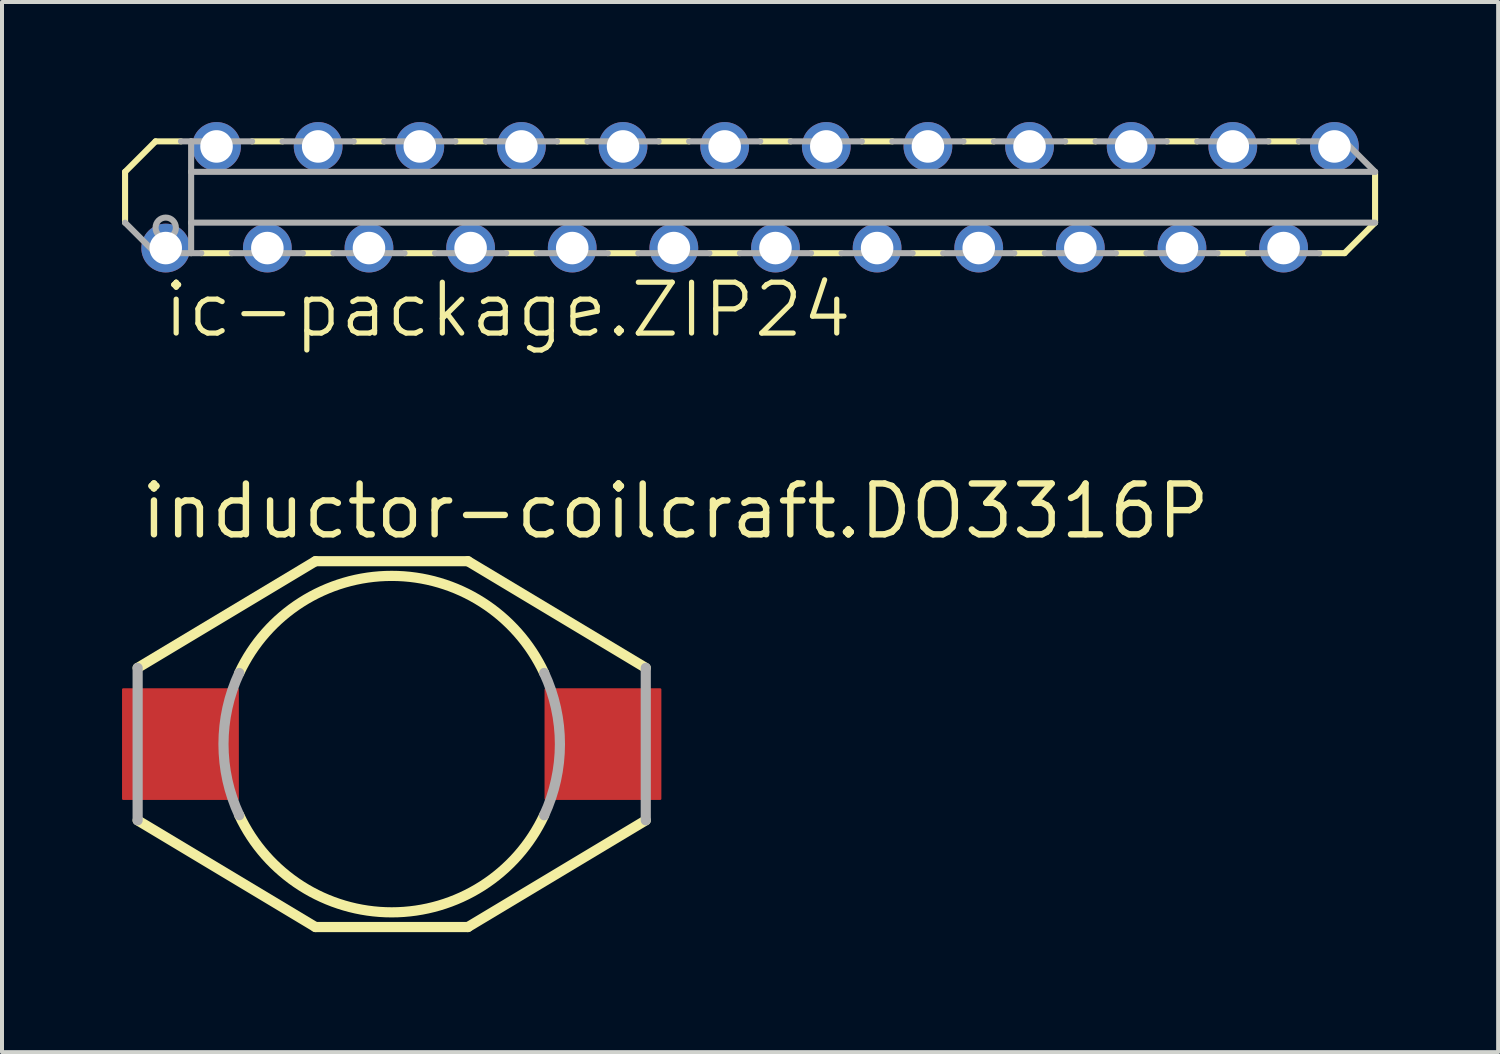
<source format=kicad_pcb>
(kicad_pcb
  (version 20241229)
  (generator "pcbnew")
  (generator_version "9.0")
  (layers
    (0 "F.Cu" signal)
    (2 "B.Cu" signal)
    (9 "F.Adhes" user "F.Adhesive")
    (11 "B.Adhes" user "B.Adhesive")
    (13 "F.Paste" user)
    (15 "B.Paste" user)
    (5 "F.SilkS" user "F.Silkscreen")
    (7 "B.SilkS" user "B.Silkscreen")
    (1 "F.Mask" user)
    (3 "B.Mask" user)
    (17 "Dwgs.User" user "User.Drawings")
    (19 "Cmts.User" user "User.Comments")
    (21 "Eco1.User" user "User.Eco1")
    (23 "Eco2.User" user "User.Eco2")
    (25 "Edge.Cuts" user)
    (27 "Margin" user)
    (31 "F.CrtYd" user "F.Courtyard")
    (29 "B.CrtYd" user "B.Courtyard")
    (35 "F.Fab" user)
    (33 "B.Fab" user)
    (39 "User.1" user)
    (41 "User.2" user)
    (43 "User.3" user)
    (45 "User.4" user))
  (footprint "inductor-coilcraft.DO3316P"
    (layer "F.Cu")
    (at 6.74 15.548)
    (property "Reference" "inductor-coilcraft.DO3316P" (at -6.35 -5.08 0) (layer "F.SilkS") (effects (font (size 1.27 1.27) (thickness 0.16)) (justify left bottom)))
    (attr smd)
    (fp_line (start -6.35 -1.905) (end -1.905 -4.572) (stroke (width 0.254) (type default)) (layer "F.SilkS"))
    (fp_line (start -6.35 1.905) (end -1.905 4.572) (stroke (width 0.254) (type default)) (layer "F.SilkS"))
    (fp_line (start -1.905 -4.572) (end 1.905 -4.572) (stroke (width 0.254) (type default)) (layer "F.SilkS"))
    (fp_line (start -1.905 4.572) (end 1.905 4.572) (stroke (width 0.254) (type default)) (layer "F.SilkS"))
    (fp_line (start 6.35 -1.905) (end 1.905 -4.572) (stroke (width 0.254) (type default)) (layer "F.SilkS"))
    (fp_line (start 6.35 1.905) (end 1.905 4.572) (stroke (width 0.254) (type default)) (layer "F.SilkS"))
    (fp_arc (start -3.81 -1.778) (mid 0 -4.204448) (end 3.81 -1.778) (stroke (width 0.254) (type default)) (layer "F.SilkS"))
    (fp_arc (start 3.81 1.778) (mid 0 4.204448) (end -3.81 1.778) (stroke (width 0.254) (type default)) (layer "F.SilkS"))
    (fp_line (start -6.35 -1.905) (end -6.35 1.905) (stroke (width 0.254) (type default)) (layer "F.Fab"))
    (fp_line (start 6.35 -1.905) (end 6.35 1.905) (stroke (width 0.254) (type default)) (layer "F.Fab"))
    (fp_arc (start -3.81 1.778) (mid -4.204448 0) (end -3.81 -1.778) (stroke (width 0.254) (type default)) (layer "F.Fab"))
    (fp_arc (start 3.81 -1.778) (mid 4.204448 0) (end 3.81 1.778) (stroke (width 0.254) (type default)) (layer "F.Fab"))
    (pad "1" smd roundrect (at -5.28 0) (size 2.92 2.79) (layers "F.Cu" "F.Mask" "F.Paste") (roundrect_rratio 0.01))
    (pad "2" smd roundrect (at 5.28 0) (size 2.92 2.79) (layers "F.Cu" "F.Mask" "F.Paste") (roundrect_rratio 0.01)))
  (footprint "ic-package.ZIP24"
    (layer "F.Cu")
    (at 15.697 1.88)
    (property "Reference" "ic-package.ZIP24" (at -14.732 3.556 0) (layer "F.SilkS") (effects (font (size 1.27 1.27) (thickness 0.13)) (justify left bottom)))
    (attr through_hole)
    (fp_line (start -15.621 -0.635) (end -15.621 0.635) (stroke (width 0.152) (type default)) (layer "F.SilkS"))
    (fp_line (start -14.859 -1.397) (end -15.621 -0.635) (stroke (width 0.152) (type default)) (layer "F.SilkS"))
    (fp_line (start -14.224 -1.397) (end -14.859 -1.397) (stroke (width 0.152) (type default)) (layer "F.SilkS"))
    (fp_line (start -12.954 1.397) (end -13.716 1.397) (stroke (width 0.152) (type default)) (layer "F.SilkS"))
    (fp_line (start -11.684 -1.397) (end -12.446 -1.397) (stroke (width 0.152) (type default)) (layer "F.SilkS"))
    (fp_line (start -10.414 1.397) (end -11.176 1.397) (stroke (width 0.152) (type default)) (layer "F.SilkS"))
    (fp_line (start -9.144 -1.397) (end -9.906 -1.397) (stroke (width 0.152) (type default)) (layer "F.SilkS"))
    (fp_line (start -7.874 1.397) (end -8.636 1.397) (stroke (width 0.152) (type default)) (layer "F.SilkS"))
    (fp_line (start -6.604 -1.397) (end -7.366 -1.397) (stroke (width 0.152) (type default)) (layer "F.SilkS"))
    (fp_line (start -5.334 1.397) (end -6.096 1.397) (stroke (width 0.152) (type default)) (layer "F.SilkS"))
    (fp_line (start -4.064 -1.397) (end -4.826 -1.397) (stroke (width 0.152) (type default)) (layer "F.SilkS"))
    (fp_line (start -2.794 1.397) (end -3.556 1.397) (stroke (width 0.152) (type default)) (layer "F.SilkS"))
    (fp_line (start -1.524 -1.397) (end -2.286 -1.397) (stroke (width 0.152) (type default)) (layer "F.SilkS"))
    (fp_line (start -0.254 1.397) (end -1.016 1.397) (stroke (width 0.152) (type default)) (layer "F.SilkS"))
    (fp_line (start 1.016 -1.397) (end 0.254 -1.397) (stroke (width 0.152) (type default)) (layer "F.SilkS"))
    (fp_line (start 2.286 1.397) (end 1.524 1.397) (stroke (width 0.152) (type default)) (layer "F.SilkS"))
    (fp_line (start 3.556 -1.397) (end 2.794 -1.397) (stroke (width 0.152) (type default)) (layer "F.SilkS"))
    (fp_line (start 4.826 1.397) (end 4.064 1.397) (stroke (width 0.152) (type default)) (layer "F.SilkS"))
    (fp_line (start 6.096 -1.397) (end 5.334 -1.397) (stroke (width 0.152) (type default)) (layer "F.SilkS"))
    (fp_line (start 7.366 1.397) (end 6.604 1.397) (stroke (width 0.152) (type default)) (layer "F.SilkS"))
    (fp_line (start 8.636 -1.397) (end 7.874 -1.397) (stroke (width 0.152) (type default)) (layer "F.SilkS"))
    (fp_line (start 9.906 1.397) (end 9.144 1.397) (stroke (width 0.152) (type default)) (layer "F.SilkS"))
    (fp_line (start 11.176 -1.397) (end 10.414 -1.397) (stroke (width 0.152) (type default)) (layer "F.SilkS"))
    (fp_line (start 12.446 1.397) (end 11.684 1.397) (stroke (width 0.152) (type default)) (layer "F.SilkS"))
    (fp_line (start 13.716 -1.397) (end 12.954 -1.397) (stroke (width 0.152) (type default)) (layer "F.SilkS"))
    (fp_line (start 14.859 1.397) (end 14.224 1.397) (stroke (width 0.152) (type default)) (layer "F.SilkS"))
    (fp_line (start 14.859 1.397) (end 15.621 0.635) (stroke (width 0.152) (type default)) (layer "F.SilkS"))
    (fp_line (start 15.621 0.635) (end 15.621 -0.635) (stroke (width 0.152) (type default)) (layer "F.SilkS"))
    (fp_line (start -15.621 0.635) (end -14.859 1.397) (stroke (width 0.152) (type default)) (layer "F.Fab"))
    (fp_line (start -13.97 -1.397) (end -14.224 -1.397) (stroke (width 0.152) (type default)) (layer "F.Fab"))
    (fp_line (start -13.97 -0.635) (end -13.97 -1.397) (stroke (width 0.152) (type default)) (layer "F.Fab"))
    (fp_line (start -13.97 0.635) (end -13.97 -0.635) (stroke (width 0.152) (type default)) (layer "F.Fab"))
    (fp_line (start -13.97 1.397) (end -14.859 1.397) (stroke (width 0.152) (type default)) (layer "F.Fab"))
    (fp_line (start -13.97 1.397) (end -13.97 0.635) (stroke (width 0.152) (type default)) (layer "F.Fab"))
    (fp_line (start -13.716 1.397) (end -13.97 1.397) (stroke (width 0.152) (type default)) (layer "F.Fab"))
    (fp_line (start -12.446 -1.397) (end -13.97 -1.397) (stroke (width 0.152) (type default)) (layer "F.Fab"))
    (fp_line (start -11.176 1.397) (end -12.954 1.397) (stroke (width 0.152) (type default)) (layer "F.Fab"))
    (fp_line (start -9.906 -1.397) (end -11.684 -1.397) (stroke (width 0.152) (type default)) (layer "F.Fab"))
    (fp_line (start -8.636 1.397) (end -10.414 1.397) (stroke (width 0.152) (type default)) (layer "F.Fab"))
    (fp_line (start -7.366 -1.397) (end -9.144 -1.397) (stroke (width 0.152) (type default)) (layer "F.Fab"))
    (fp_line (start -6.096 1.397) (end -7.874 1.397) (stroke (width 0.152) (type default)) (layer "F.Fab"))
    (fp_line (start -4.826 -1.397) (end -6.604 -1.397) (stroke (width 0.152) (type default)) (layer "F.Fab"))
    (fp_line (start -3.556 1.397) (end -5.334 1.397) (stroke (width 0.152) (type default)) (layer "F.Fab"))
    (fp_line (start -2.286 -1.397) (end -4.064 -1.397) (stroke (width 0.152) (type default)) (layer "F.Fab"))
    (fp_line (start -1.016 1.397) (end -2.794 1.397) (stroke (width 0.152) (type default)) (layer "F.Fab"))
    (fp_line (start 0.254 -1.397) (end -1.524 -1.397) (stroke (width 0.152) (type default)) (layer "F.Fab"))
    (fp_line (start 1.524 1.397) (end -0.254 1.397) (stroke (width 0.152) (type default)) (layer "F.Fab"))
    (fp_line (start 2.794 -1.397) (end 1.016 -1.397) (stroke (width 0.152) (type default)) (layer "F.Fab"))
    (fp_line (start 4.064 1.397) (end 2.286 1.397) (stroke (width 0.152) (type default)) (layer "F.Fab"))
    (fp_line (start 5.334 -1.397) (end 3.556 -1.397) (stroke (width 0.152) (type default)) (layer "F.Fab"))
    (fp_line (start 6.604 1.397) (end 4.826 1.397) (stroke (width 0.152) (type default)) (layer "F.Fab"))
    (fp_line (start 7.874 -1.397) (end 6.096 -1.397) (stroke (width 0.152) (type default)) (layer "F.Fab"))
    (fp_line (start 9.144 1.397) (end 7.366 1.397) (stroke (width 0.152) (type default)) (layer "F.Fab"))
    (fp_line (start 10.414 -1.397) (end 8.636 -1.397) (stroke (width 0.152) (type default)) (layer "F.Fab"))
    (fp_line (start 11.684 1.397) (end 9.906 1.397) (stroke (width 0.152) (type default)) (layer "F.Fab"))
    (fp_line (start 12.954 -1.397) (end 11.176 -1.397) (stroke (width 0.152) (type default)) (layer "F.Fab"))
    (fp_line (start 14.224 1.397) (end 12.446 1.397) (stroke (width 0.152) (type default)) (layer "F.Fab"))
    (fp_line (start 14.859 -1.397) (end 13.716 -1.397) (stroke (width 0.152) (type default)) (layer "F.Fab"))
    (fp_line (start 15.621 -0.635) (end -13.97 -0.635) (stroke (width 0.152) (type default)) (layer "F.Fab"))
    (fp_line (start 15.621 -0.635) (end 14.859 -1.397) (stroke (width 0.152) (type default)) (layer "F.Fab"))
    (fp_line (start 15.621 0.635) (end -13.97 0.635) (stroke (width 0.152) (type default)) (layer "F.Fab"))
    (fp_circle (center -14.605 0.762) (end -14.351 0.762) (stroke (width 0.152) (type default)) (fill no) (layer "F.Fab"))
    (pad "1" thru_hole circle (at -14.605 1.27) (size 1.219 1.219) (drill 0.813) (layers "*.Cu" "*.Mask"))
    (pad "2" thru_hole circle (at -13.335 -1.27) (size 1.219 1.219) (drill 0.813) (layers "*.Cu" "*.Mask"))
    (pad "3" thru_hole circle (at -12.065 1.27) (size 1.219 1.219) (drill 0.813) (layers "*.Cu" "*.Mask"))
    (pad "4" thru_hole circle (at -10.795 -1.27) (size 1.219 1.219) (drill 0.813) (layers "*.Cu" "*.Mask"))
    (pad "5" thru_hole circle (at -9.525 1.27) (size 1.219 1.219) (drill 0.813) (layers "*.Cu" "*.Mask"))
    (pad "6" thru_hole circle (at -8.255 -1.27) (size 1.219 1.219) (drill 0.813) (layers "*.Cu" "*.Mask"))
    (pad "7" thru_hole circle (at -6.985 1.27) (size 1.219 1.219) (drill 0.813) (layers "*.Cu" "*.Mask"))
    (pad "8" thru_hole circle (at -5.715 -1.27) (size 1.219 1.219) (drill 0.813) (layers "*.Cu" "*.Mask"))
    (pad "9" thru_hole circle (at -4.445 1.27) (size 1.219 1.219) (drill 0.813) (layers "*.Cu" "*.Mask"))
    (pad "10" thru_hole circle (at -3.175 -1.27) (size 1.219 1.219) (drill 0.813) (layers "*.Cu" "*.Mask"))
    (pad "11" thru_hole circle (at -1.905 1.27) (size 1.219 1.219) (drill 0.813) (layers "*.Cu" "*.Mask"))
    (pad "12" thru_hole circle (at -0.635 -1.27) (size 1.219 1.219) (drill 0.813) (layers "*.Cu" "*.Mask"))
    (pad "13" thru_hole circle (at 0.635 1.27) (size 1.219 1.219) (drill 0.813) (layers "*.Cu" "*.Mask"))
    (pad "14" thru_hole circle (at 1.905 -1.27) (size 1.219 1.219) (drill 0.813) (layers "*.Cu" "*.Mask"))
    (pad "15" thru_hole circle (at 3.175 1.27) (size 1.219 1.219) (drill 0.813) (layers "*.Cu" "*.Mask"))
    (pad "16" thru_hole circle (at 4.445 -1.27) (size 1.219 1.219) (drill 0.813) (layers "*.Cu" "*.Mask"))
    (pad "17" thru_hole circle (at 5.715 1.27) (size 1.219 1.219) (drill 0.813) (layers "*.Cu" "*.Mask"))
    (pad "18" thru_hole circle (at 6.985 -1.27) (size 1.219 1.219) (drill 0.813) (layers "*.Cu" "*.Mask"))
    (pad "19" thru_hole circle (at 8.255 1.27) (size 1.219 1.219) (drill 0.813) (layers "*.Cu" "*.Mask"))
    (pad "20" thru_hole circle (at 9.525 -1.27) (size 1.219 1.219) (drill 0.813) (layers "*.Cu" "*.Mask"))
    (pad "21" thru_hole circle (at 10.795 1.27) (size 1.219 1.219) (drill 0.813) (layers "*.Cu" "*.Mask"))
    (pad "22" thru_hole circle (at 12.065 -1.27) (size 1.219 1.219) (drill 0.813) (layers "*.Cu" "*.Mask"))
    (pad "23" thru_hole circle (at 13.335 1.27) (size 1.219 1.219) (drill 0.813) (layers "*.Cu" "*.Mask"))
    (pad "24" thru_hole circle (at 14.605 -1.27) (size 1.219 1.219) (drill 0.813) (layers "*.Cu" "*.Mask")))
  (gr_rect
    (start -3 -3)
    (end 34.394 23.247)
    (stroke (width 0.1) (type default))
    (fill no)
    (layer "Edge.Cuts")))
</source>
